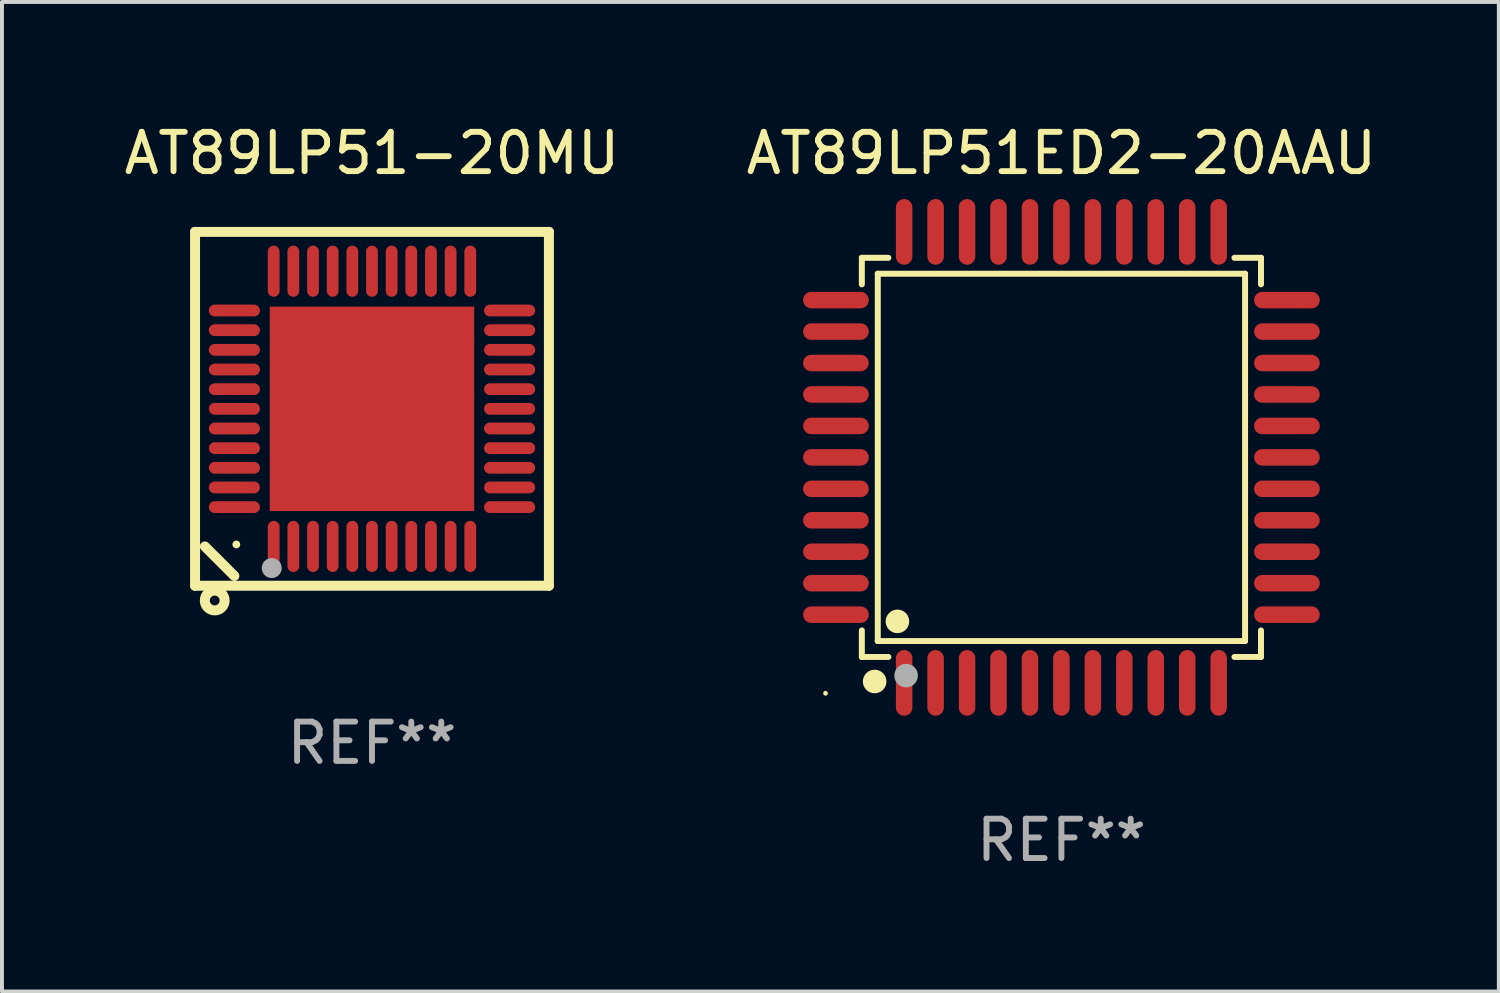
<source format=kicad_pcb>
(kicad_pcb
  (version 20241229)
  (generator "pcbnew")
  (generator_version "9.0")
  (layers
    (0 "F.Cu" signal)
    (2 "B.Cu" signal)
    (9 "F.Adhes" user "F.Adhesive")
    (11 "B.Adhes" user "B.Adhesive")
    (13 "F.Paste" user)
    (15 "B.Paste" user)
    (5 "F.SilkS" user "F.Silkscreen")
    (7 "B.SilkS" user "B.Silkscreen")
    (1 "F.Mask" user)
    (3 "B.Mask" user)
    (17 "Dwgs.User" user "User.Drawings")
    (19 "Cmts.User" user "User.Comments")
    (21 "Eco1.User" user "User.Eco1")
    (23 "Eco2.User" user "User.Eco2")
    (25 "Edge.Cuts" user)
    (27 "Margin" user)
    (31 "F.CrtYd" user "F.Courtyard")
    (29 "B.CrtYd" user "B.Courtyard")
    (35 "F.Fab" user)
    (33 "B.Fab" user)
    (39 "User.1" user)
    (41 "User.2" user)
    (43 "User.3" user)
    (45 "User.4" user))
  (footprint "AT89LP51ED2-20AAU"
    (layer "F.Cu")
    (at 23.946 8.583)
    (property "Reference" "AT89LP51ED2-20AAU" (at 0 -7.735 0) (layer "F.SilkS") (effects (font (size 1 1) (thickness 0.15))))
    (attr through_hole)
    (fp_line (start -5.076 -5.076) (end -4.401 -5.076) (stroke (width 0.152) (type solid)) (layer "F.SilkS"))
    (fp_line (start -5.076 -4.401) (end -5.076 -5.076) (stroke (width 0.152) (type solid)) (layer "F.SilkS"))
    (fp_line (start -5.076 4.401) (end -5.076 5.076) (stroke (width 0.152) (type solid)) (layer "F.SilkS"))
    (fp_line (start -5.076 5.076) (end -4.401 5.076) (stroke (width 0.152) (type solid)) (layer "F.SilkS"))
    (fp_line (start -4.671 -4.671) (end 4.671 -4.671) (stroke (width 0.152) (type solid)) (layer "F.SilkS"))
    (fp_line (start -4.671 4.671) (end -4.671 -4.671) (stroke (width 0.152) (type solid)) (layer "F.SilkS"))
    (fp_line (start 4.671 -4.671) (end 4.671 4.671) (stroke (width 0.152) (type solid)) (layer "F.SilkS"))
    (fp_line (start 4.671 4.671) (end -4.671 4.671) (stroke (width 0.152) (type solid)) (layer "F.SilkS"))
    (fp_line (start 5.076 -5.076) (end 4.401 -5.076) (stroke (width 0.152) (type solid)) (layer "F.SilkS"))
    (fp_line (start 5.076 -4.401) (end 5.076 -5.076) (stroke (width 0.152) (type solid)) (layer "F.SilkS"))
    (fp_line (start 5.076 4.401) (end 5.076 5.076) (stroke (width 0.152) (type solid)) (layer "F.SilkS"))
    (fp_line (start 5.076 5.076) (end 4.401 5.076) (stroke (width 0.152) (type solid)) (layer "F.SilkS"))
    (fp_circle (center -6 6) (end -5.97 6) (stroke (width 0.06) (type solid)) (fill no) (layer "F.SilkS"))
    (fp_circle (center -4.75 5.7) (end -4.6 5.7) (stroke (width 0.3) (type solid)) (fill no) (layer "F.SilkS"))
    (fp_circle (center -4.171 4.171) (end -4.021 4.171) (stroke (width 0.3) (type solid)) (fill no) (layer "F.SilkS"))
    (fp_circle (center -3.95 5.55) (end -3.8 5.55) (stroke (width 0.3) (type solid)) (fill no) (layer "F.Fab"))
    (fp_text user "REF**" (at 0 9.735 0) (layer "F.Fab") (effects (font (size 1 1) (thickness 0.15))))
    (pad "1" smd oval (at -4 5.735) (size 0.42 1.67) (layers "F.Cu" "F.Mask" "F.Paste"))
    (pad "2" smd oval (at -3.2 5.735) (size 0.42 1.67) (layers "F.Cu" "F.Mask" "F.Paste"))
    (pad "3" smd oval (at -2.4 5.735) (size 0.42 1.67) (layers "F.Cu" "F.Mask" "F.Paste"))
    (pad "4" smd oval (at -1.6 5.735) (size 0.42 1.67) (layers "F.Cu" "F.Mask" "F.Paste"))
    (pad "5" smd oval (at -0.8 5.735) (size 0.42 1.67) (layers "F.Cu" "F.Mask" "F.Paste"))
    (pad "6" smd oval (at 0 5.735) (size 0.42 1.67) (layers "F.Cu" "F.Mask" "F.Paste"))
    (pad "7" smd oval (at 0.8 5.735) (size 0.42 1.67) (layers "F.Cu" "F.Mask" "F.Paste"))
    (pad "8" smd oval (at 1.6 5.735) (size 0.42 1.67) (layers "F.Cu" "F.Mask" "F.Paste"))
    (pad "9" smd oval (at 2.4 5.735) (size 0.42 1.67) (layers "F.Cu" "F.Mask" "F.Paste"))
    (pad "10" smd oval (at 3.2 5.735) (size 0.42 1.67) (layers "F.Cu" "F.Mask" "F.Paste"))
    (pad "11" smd oval (at 4 5.735) (size 0.42 1.67) (layers "F.Cu" "F.Mask" "F.Paste"))
    (pad "12" smd oval (at 5.735 4) (size 1.67 0.42) (layers "F.Cu" "F.Mask" "F.Paste"))
    (pad "13" smd oval (at 5.735 3.2) (size 1.67 0.42) (layers "F.Cu" "F.Mask" "F.Paste"))
    (pad "14" smd oval (at 5.735 2.4) (size 1.67 0.42) (layers "F.Cu" "F.Mask" "F.Paste"))
    (pad "15" smd oval (at 5.735 1.6) (size 1.67 0.42) (layers "F.Cu" "F.Mask" "F.Paste"))
    (pad "16" smd oval (at 5.735 0.8) (size 1.67 0.42) (layers "F.Cu" "F.Mask" "F.Paste"))
    (pad "17" smd oval (at 5.735 0) (size 1.67 0.42) (layers "F.Cu" "F.Mask" "F.Paste"))
    (pad "18" smd oval (at 5.735 -0.8) (size 1.67 0.42) (layers "F.Cu" "F.Mask" "F.Paste"))
    (pad "19" smd oval (at 5.735 -1.6) (size 1.67 0.42) (layers "F.Cu" "F.Mask" "F.Paste"))
    (pad "20" smd oval (at 5.735 -2.4) (size 1.67 0.42) (layers "F.Cu" "F.Mask" "F.Paste"))
    (pad "21" smd oval (at 5.735 -3.2) (size 1.67 0.42) (layers "F.Cu" "F.Mask" "F.Paste"))
    (pad "22" smd oval (at 5.735 -4) (size 1.67 0.42) (layers "F.Cu" "F.Mask" "F.Paste"))
    (pad "23" smd oval (at 4 -5.735) (size 0.42 1.67) (layers "F.Cu" "F.Mask" "F.Paste"))
    (pad "24" smd oval (at 3.2 -5.735) (size 0.42 1.67) (layers "F.Cu" "F.Mask" "F.Paste"))
    (pad "25" smd oval (at 2.4 -5.735) (size 0.42 1.67) (layers "F.Cu" "F.Mask" "F.Paste"))
    (pad "26" smd oval (at 1.6 -5.735) (size 0.42 1.67) (layers "F.Cu" "F.Mask" "F.Paste"))
    (pad "27" smd oval (at 0.8 -5.735) (size 0.42 1.67) (layers "F.Cu" "F.Mask" "F.Paste"))
    (pad "28" smd oval (at 0 -5.735) (size 0.42 1.67) (layers "F.Cu" "F.Mask" "F.Paste"))
    (pad "29" smd oval (at -0.8 -5.735) (size 0.42 1.67) (layers "F.Cu" "F.Mask" "F.Paste"))
    (pad "30" smd oval (at -1.6 -5.735) (size 0.42 1.67) (layers "F.Cu" "F.Mask" "F.Paste"))
    (pad "31" smd oval (at -2.4 -5.735) (size 0.42 1.67) (layers "F.Cu" "F.Mask" "F.Paste"))
    (pad "32" smd oval (at -3.2 -5.735) (size 0.42 1.67) (layers "F.Cu" "F.Mask" "F.Paste"))
    (pad "33" smd oval (at -4 -5.735) (size 0.42 1.67) (layers "F.Cu" "F.Mask" "F.Paste"))
    (pad "34" smd oval (at -5.735 -4) (size 1.67 0.42) (layers "F.Cu" "F.Mask" "F.Paste"))
    (pad "35" smd oval (at -5.735 -3.2) (size 1.67 0.42) (layers "F.Cu" "F.Mask" "F.Paste"))
    (pad "36" smd oval (at -5.735 -2.4) (size 1.67 0.42) (layers "F.Cu" "F.Mask" "F.Paste"))
    (pad "37" smd oval (at -5.735 -1.6) (size 1.67 0.42) (layers "F.Cu" "F.Mask" "F.Paste"))
    (pad "38" smd oval (at -5.735 -0.8) (size 1.67 0.42) (layers "F.Cu" "F.Mask" "F.Paste"))
    (pad "39" smd oval (at -5.735 0) (size 1.67 0.42) (layers "F.Cu" "F.Mask" "F.Paste"))
    (pad "40" smd oval (at -5.735 0.8) (size 1.67 0.42) (layers "F.Cu" "F.Mask" "F.Paste"))
    (pad "41" smd oval (at -5.735 1.6) (size 1.67 0.42) (layers "F.Cu" "F.Mask" "F.Paste"))
    (pad "42" smd oval (at -5.735 2.4) (size 1.67 0.42) (layers "F.Cu" "F.Mask" "F.Paste"))
    (pad "43" smd oval (at -5.735 3.2) (size 1.67 0.42) (layers "F.Cu" "F.Mask" "F.Paste"))
    (pad "44" smd oval (at -5.735 4) (size 1.67 0.42) (layers "F.Cu" "F.Mask" "F.Paste")))
  (footprint "AT89LP51-20MU"
    (layer "F.Cu")
    (at 6.411 7.348)
    (property "Reference" "AT89LP51-20MU" (at 0 -6.5 0) (layer "F.SilkS") (effects (font (size 1 1) (thickness 0.15))))
    (attr through_hole)
    (fp_line (start -4.5 -4.5) (end -4.5 4.5) (stroke (width 0.254) (type solid)) (layer "F.SilkS"))
    (fp_line (start -4.5 4.5) (end 4.5 4.5) (stroke (width 0.254) (type solid)) (layer "F.SilkS"))
    (fp_line (start -3.5 4.25) (end -4.25 3.5) (stroke (width 0.254) (type solid)) (layer "F.SilkS"))
    (fp_line (start 4.5 -4.5) (end -4.5 -4.5) (stroke (width 0.254) (type solid)) (layer "F.SilkS"))
    (fp_line (start 4.5 4.5) (end 4.5 -4.5) (stroke (width 0.254) (type solid)) (layer "F.SilkS"))
    (fp_circle (center -4 4.875) (end -3.875 4.875) (stroke (width 0.254) (type solid)) (fill no) (layer "F.SilkS"))
    (fp_circle (center -3.45 3.45) (end -3.4 3.45) (stroke (width 0.1) (type solid)) (fill no) (layer "F.SilkS"))
    (fp_circle (center -2.55 4.05) (end -2.423 4.05) (stroke (width 0.254) (type solid)) (fill no) (layer "F.Fab"))
    (fp_text user "REF**" (at 0 8.5 0) (layer "F.Fab") (effects (font (size 1 1) (thickness 0.15))))
    (pad "1" smd oval (at -2.5 3.5 90) (size 1.3 0.3) (layers "F.Cu" "F.Mask" "F.Paste"))
    (pad "2" smd oval (at -2 3.5 90) (size 1.3 0.3) (layers "F.Cu" "F.Mask" "F.Paste"))
    (pad "3" smd oval (at -1.5 3.5 90) (size 1.3 0.3) (layers "F.Cu" "F.Mask" "F.Paste"))
    (pad "4" smd oval (at -1 3.5 90) (size 1.3 0.3) (layers "F.Cu" "F.Mask" "F.Paste"))
    (pad "5" smd oval (at -0.5 3.5 90) (size 1.3 0.3) (layers "F.Cu" "F.Mask" "F.Paste"))
    (pad "6" smd oval (at 0.000025 3.5 90) (size 1.3 0.3) (layers "F.Cu" "F.Mask" "F.Paste"))
    (pad "7" smd oval (at 0.5 3.5 90) (size 1.3 0.3) (layers "F.Cu" "F.Mask" "F.Paste"))
    (pad "8" smd oval (at 1 3.5 90) (size 1.3 0.3) (layers "F.Cu" "F.Mask" "F.Paste"))
    (pad "9" smd oval (at 1.5 3.5 90) (size 1.3 0.3) (layers "F.Cu" "F.Mask" "F.Paste"))
    (pad "10" smd oval (at 2 3.5 90) (size 1.3 0.3) (layers "F.Cu" "F.Mask" "F.Paste"))
    (pad "11" smd oval (at 2.5 3.5 90) (size 1.3 0.3) (layers "F.Cu" "F.Mask" "F.Paste"))
    (pad "12" smd oval (at 3.5 2.5 90) (size 0.3 1.3) (layers "F.Cu" "F.Mask" "F.Paste"))
    (pad "13" smd oval (at 3.5 2 90) (size 0.3 1.3) (layers "F.Cu" "F.Mask" "F.Paste"))
    (pad "14" smd oval (at 3.5 1.5 90) (size 0.3 1.3) (layers "F.Cu" "F.Mask" "F.Paste"))
    (pad "15" smd oval (at 3.5 1 90) (size 0.3 1.3) (layers "F.Cu" "F.Mask" "F.Paste"))
    (pad "16" smd oval (at 3.5 0.5 90) (size 0.3 1.3) (layers "F.Cu" "F.Mask" "F.Paste"))
    (pad "17" smd oval (at 3.5 0.000025 90) (size 0.3 1.3) (layers "F.Cu" "F.Mask" "F.Paste"))
    (pad "18" smd oval (at 3.5 -0.5 90) (size 0.3 1.3) (layers "F.Cu" "F.Mask" "F.Paste"))
    (pad "19" smd oval (at 3.5 -1 90) (size 0.3 1.3) (layers "F.Cu" "F.Mask" "F.Paste"))
    (pad "20" smd oval (at 3.5 -1.5 90) (size 0.3 1.3) (layers "F.Cu" "F.Mask" "F.Paste"))
    (pad "21" smd oval (at 3.5 -2 90) (size 0.3 1.3) (layers "F.Cu" "F.Mask" "F.Paste"))
    (pad "22" smd oval (at 3.5 -2.5 90) (size 0.3 1.3) (layers "F.Cu" "F.Mask" "F.Paste"))
    (pad "23" smd oval (at 2.5 -3.5 90) (size 1.3 0.3) (layers "F.Cu" "F.Mask" "F.Paste"))
    (pad "24" smd oval (at 2 -3.5 90) (size 1.3 0.3) (layers "F.Cu" "F.Mask" "F.Paste"))
    (pad "25" smd oval (at 1.5 -3.5 90) (size 1.3 0.3) (layers "F.Cu" "F.Mask" "F.Paste"))
    (pad "26" smd oval (at 1 -3.5 90) (size 1.3 0.3) (layers "F.Cu" "F.Mask" "F.Paste"))
    (pad "27" smd oval (at 0.5 -3.5 90) (size 1.3 0.3) (layers "F.Cu" "F.Mask" "F.Paste"))
    (pad "28" smd oval (at 0.000025 -3.5 90) (size 1.3 0.3) (layers "F.Cu" "F.Mask" "F.Paste"))
    (pad "29" smd oval (at -0.5 -3.5 90) (size 1.3 0.3) (layers "F.Cu" "F.Mask" "F.Paste"))
    (pad "30" smd oval (at -1 -3.5 90) (size 1.3 0.3) (layers "F.Cu" "F.Mask" "F.Paste"))
    (pad "31" smd oval (at -1.5 -3.5 90) (size 1.3 0.3) (layers "F.Cu" "F.Mask" "F.Paste"))
    (pad "32" smd oval (at -2 -3.5 90) (size 1.3 0.3) (layers "F.Cu" "F.Mask" "F.Paste"))
    (pad "33" smd oval (at -2.5 -3.5 90) (size 1.3 0.3) (layers "F.Cu" "F.Mask" "F.Paste"))
    (pad "34" smd oval (at -3.5 -2.5 90) (size 0.3 1.3) (layers "F.Cu" "F.Mask" "F.Paste"))
    (pad "35" smd oval (at -3.5 -2 90) (size 0.3 1.3) (layers "F.Cu" "F.Mask" "F.Paste"))
    (pad "36" smd oval (at -3.5 -1.5 90) (size 0.3 1.3) (layers "F.Cu" "F.Mask" "F.Paste"))
    (pad "37" smd oval (at -3.5 -1 90) (size 0.3 1.3) (layers "F.Cu" "F.Mask" "F.Paste"))
    (pad "38" smd oval (at -3.5 -0.5 90) (size 0.3 1.3) (layers "F.Cu" "F.Mask" "F.Paste"))
    (pad "39" smd oval (at -3.5 0.000025 90) (size 0.3 1.3) (layers "F.Cu" "F.Mask" "F.Paste"))
    (pad "40" smd oval (at -3.5 0.5 90) (size 0.3 1.3) (layers "F.Cu" "F.Mask" "F.Paste"))
    (pad "41" smd oval (at -3.5 1 90) (size 0.3 1.3) (layers "F.Cu" "F.Mask" "F.Paste"))
    (pad "42" smd oval (at -3.5 1.5 90) (size 0.3 1.3) (layers "F.Cu" "F.Mask" "F.Paste"))
    (pad "43" smd oval (at -3.5 2 90) (size 0.3 1.3) (layers "F.Cu" "F.Mask" "F.Paste"))
    (pad "44" smd oval (at -3.5 2.5 90) (size 0.3 1.3) (layers "F.Cu" "F.Mask" "F.Paste"))
    (pad "45" smd rect (at 0.000025 0.000025 90) (size 5.2 5.2) (layers "F.Cu" "F.Mask" "F.Paste")))
  (gr_rect
    (start -3 -3)
    (end 35.071 22.167)
    (stroke (width 0.1) (type default))
    (fill no)
    (layer "Edge.Cuts")))
</source>
